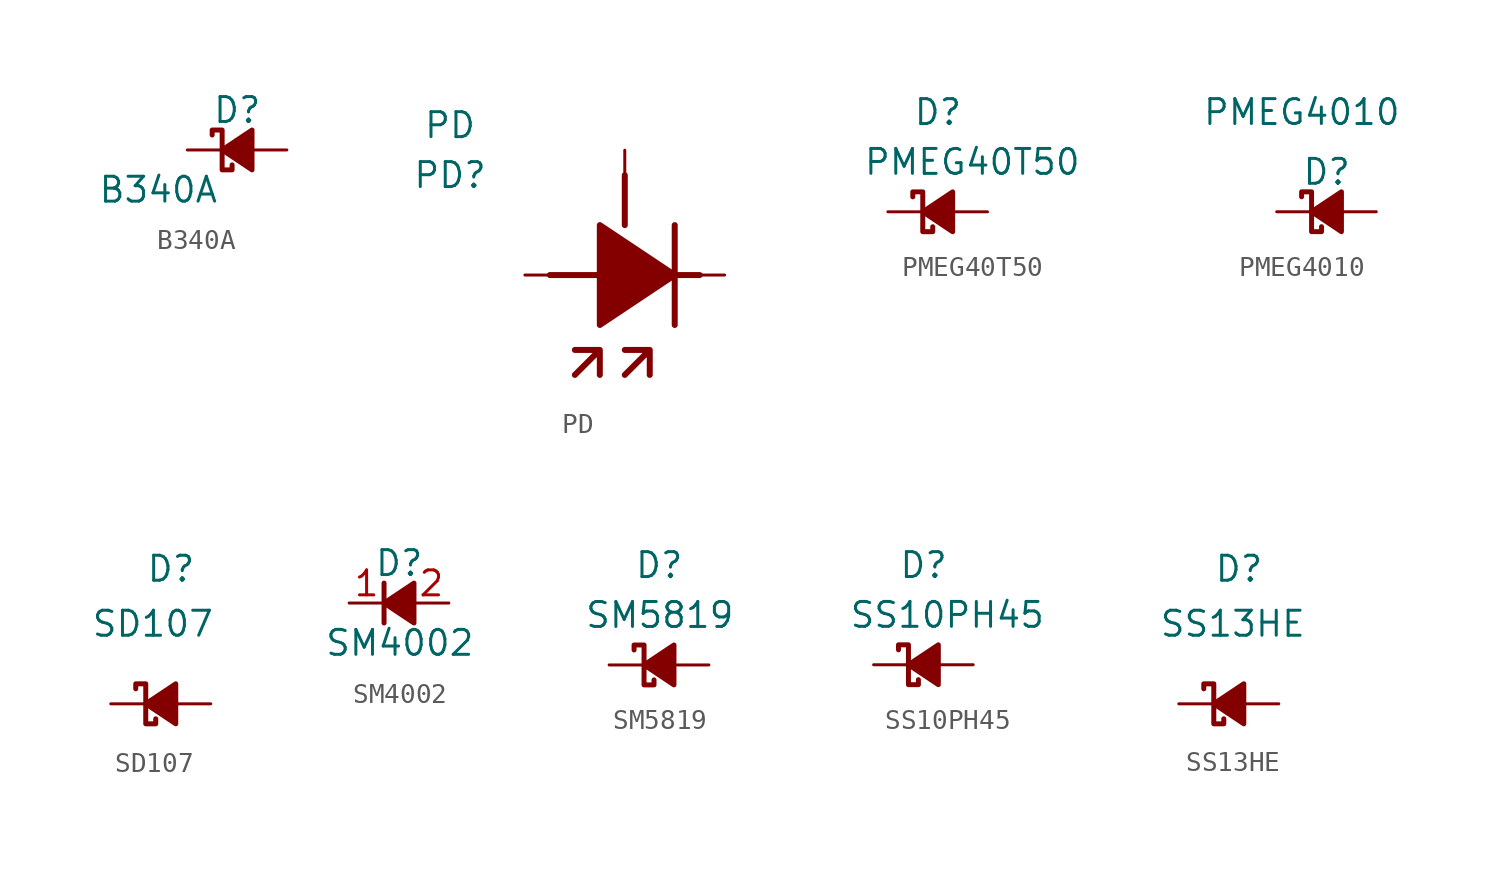
<source format=kicad_sym>
(kicad_symbol_lib
  (version 20211014)
  (generator kicad_symbol_editor)
  (symbol "B340A"
    (pin_numbers hide)
    (pin_names
      (offset 0.254) hide)
    (property "Reference" "D"
      (at -1.27 2.032 0)
      (effects (font (size 1.27 1.27)) (justify left)))
    (property "Value" "B340A"
      (at -7.112 -2.032 0)
      (effects (font (size 1.27 1.27)) (justify left)))
    (symbol "B340A_0_1"
      (polyline (pts (xy -0.762 0) (xy 0.762 0)) (stroke (width 0) (type default) (color 0 0 0 0)) (fill (type none)))
      (polyline (pts (xy 0.762 -1.016) (xy -0.762 0) (xy 0.762 1.016) (xy 0.762 -1.016)) (stroke (width 0.254) (type default) (color 0 0 0 0)) (fill (type outline)))
      (polyline (pts (xy -1.27 0.762) (xy -1.27 1.016) (xy -0.762 1.016) (xy -0.762 -1.016) (xy -0.254 -1.016) (xy -0.254 -0.762)) (stroke (width 0.254) (type default) (color 0 0 0 0)) (fill (type none))))
    (symbol "B340A_1_1"
      (pin passive line (at -2.54 0 0) (length 1.778) (name "K" (effects (font (size 1.27 1.27)))) (number "1" (effects (font (size 1.27 1.27)))))
      (pin passive line (at 2.54 0 180) (length 1.778) (name "A" (effects (font (size 1.27 1.27)))) (number "2" (effects (font (size 1.27 1.27)))))))
  (symbol "PD"
    (pin_names
      (offset 1.016))
    (property "Reference" "PD"
      (at -7.62 2.54 0)
      (effects (font (size 1.27 1.27))))
    (property "Value" "PD"
      (at -7.62 5.08 0)
      (effects (font (size 1.27 1.27))))
    (symbol "PD_0_1"
      (polyline (pts (xy 1.27 2.54) (xy 1.27 0)) (stroke (width 0.305) (type default) (color 0 0 0 0)) (fill (type none)))
      (polyline (pts (xy 3.81 0) (xy 3.81 -5.08)) (stroke (width 0.305) (type default) (color 0 0 0 0)) (fill (type none)))
      (polyline (pts (xy -2.54 -2.54) (xy 0 -2.54) (xy 5.08 -2.54)) (stroke (width 0.305) (type default) (color 0 0 0 0)) (fill (type none)))
      (polyline (pts (xy -1.27 -7.62) (xy 0 -6.35) (xy -1.27 -6.35) (xy 0 -6.35) (xy 0 -7.62)) (stroke (width 0.305) (type default) (color 0 0 0 0)) (fill (type none)))
      (polyline (pts (xy 0 0) (xy 0 -3.81) (xy 0 -5.08) (xy 3.81 -2.54) (xy 0 0)) (stroke (width 0.305) (type default) (color 0 0 0 0)) (fill (type outline)))
      (polyline (pts (xy 1.27 -7.62) (xy 2.54 -6.35) (xy 1.27 -6.35) (xy 2.54 -6.35) (xy 2.54 -7.62)) (stroke (width 0.305) (type default) (color 0 0 0 0)) (fill (type none))))
    (symbol "PD_1_1"
      (pin bidirectional line (at -3.81 -2.54 0) (length 1.27) (name "~" (effects (font (size 1.27 1.27)))) (number "~" (effects (font (size 1.27 1.27)))))
      (pin bidirectional line (at 1.27 3.81 270) (length 1.27) (name "~" (effects (font (size 1.27 1.27)))) (number "~" (effects (font (size 1.27 1.27)))))
      (pin bidirectional line (at 6.35 -2.54 180) (length 1.27) (name "~" (effects (font (size 1.27 1.27)))) (number "~" (effects (font (size 1.27 1.27)))))))
  (symbol "PMEG40T50"
    (pin_numbers hide)
    (pin_names
      (offset 0.254) hide)
    (property "Reference" "D"
      (at -1.27 5.08 0)
      (effects (font (size 1.27 1.27)) (justify left)))
    (property "Value" "PMEG40T50"
      (at -3.81 2.54 0)
      (effects (font (size 1.27 1.27)) (justify left)))
    (symbol "PMEG40T50_0_1"
      (polyline (pts (xy -0.762 0) (xy 0.762 0)) (stroke (width 0) (type default) (color 0 0 0 0)) (fill (type none)))
      (polyline (pts (xy 0.762 -1.016) (xy -0.762 0) (xy 0.762 1.016) (xy 0.762 -1.016)) (stroke (width 0.254) (type default) (color 0 0 0 0)) (fill (type outline)))
      (polyline (pts (xy -1.27 0.762) (xy -1.27 1.016) (xy -0.762 1.016) (xy -0.762 -1.016) (xy -0.254 -1.016) (xy -0.254 -0.762)) (stroke (width 0.254) (type default) (color 0 0 0 0)) (fill (type none))))
    (symbol "PMEG40T50_1_1"
      (pin passive line (at -2.54 0 0) (length 1.778) (name "K" (effects (font (size 1.27 1.27)))) (number "1" (effects (font (size 1.27 1.27)))))
      (pin passive line (at 2.54 0 180) (length 1.778) (name "A" (effects (font (size 1.27 1.27)))) (number "2" (effects (font (size 1.27 1.27)))))))
  (symbol "PMEG4010"
    (pin_numbers hide)
    (pin_names
      (offset 0.254) hide)
    (property "Reference" "D"
      (at -1.27 2.032 0)
      (effects (font (size 1.27 1.27)) (justify left)))
    (property "Value" "PMEG4010"
      (at -6.35 5.08 0)
      (effects (font (size 1.27 1.27)) (justify left)))
    (symbol "PMEG4010_0_1"
      (polyline (pts (xy -0.762 0) (xy 0.762 0)) (stroke (width 0) (type default) (color 0 0 0 0)) (fill (type none)))
      (polyline (pts (xy 0.762 -1.016) (xy -0.762 0) (xy 0.762 1.016) (xy 0.762 -1.016)) (stroke (width 0.254) (type default) (color 0 0 0 0)) (fill (type outline)))
      (polyline (pts (xy -1.27 0.762) (xy -1.27 1.016) (xy -0.762 1.016) (xy -0.762 -1.016) (xy -0.254 -1.016) (xy -0.254 -0.762)) (stroke (width 0.254) (type default) (color 0 0 0 0)) (fill (type none))))
    (symbol "PMEG4010_1_1"
      (pin passive line (at -2.54 0 0) (length 1.778) (name "K" (effects (font (size 1.27 1.27)))) (number "1" (effects (font (size 1.27 1.27)))))
      (pin passive line (at 2.54 0 180) (length 1.778) (name "A" (effects (font (size 1.27 1.27)))) (number "2" (effects (font (size 1.27 1.27)))))))
  (symbol "SD107"
    (pin_numbers hide)
    (pin_names
      (offset 0.254) hide)
    (property "Reference" "D"
      (at -0.762 6.858 0)
      (effects (font (size 1.27 1.27)) (justify left)))
    (property "Value" "SD107"
      (at -3.556 4.064 0)
      (effects (font (size 1.27 1.27)) (justify left)))
    (symbol "SD107_0_1"
      (polyline (pts (xy -0.762 0) (xy 0.762 0)) (stroke (width 0) (type default) (color 0 0 0 0)) (fill (type none)))
      (polyline (pts (xy 0.762 -1.016) (xy -0.762 0) (xy 0.762 1.016) (xy 0.762 -1.016)) (stroke (width 0.254) (type default) (color 0 0 0 0)) (fill (type outline)))
      (polyline (pts (xy -1.27 0.762) (xy -1.27 1.016) (xy -0.762 1.016) (xy -0.762 -1.016) (xy -0.254 -1.016) (xy -0.254 -0.762)) (stroke (width 0.254) (type default) (color 0 0 0 0)) (fill (type none))))
    (symbol "SD107_1_1"
      (pin passive line (at -2.54 0 0) (length 1.778) (name "K" (effects (font (size 1.27 1.27)))) (number "1" (effects (font (size 1.27 1.27)))))
      (pin passive line (at 2.54 0 180) (length 1.778) (name "A" (effects (font (size 1.27 1.27)))) (number "2" (effects (font (size 1.27 1.27)))))))
  (symbol "SM4002"
    (pin_names
      (offset 0.254) hide)
    (property "Reference" "D"
      (at -1.27 2.032 0)
      (effects (font (size 1.27 1.27)) (justify left)))
    (property "Value" "SM4002"
      (at -3.81 -2.032 0)
      (effects (font (size 1.27 1.27)) (justify left)))
    (symbol "SM4002_0_1"
      (polyline (pts (xy -0.762 -1.016) (xy -0.762 1.016)) (stroke (width 0.254) (type default) (color 0 0 0 0)) (fill (type none)))
      (polyline (pts (xy -0.762 0) (xy 0.762 0)) (stroke (width 0) (type default) (color 0 0 0 0)) (fill (type none)))
      (polyline (pts (xy 0.762 -1.016) (xy -0.762 0) (xy 0.762 1.016) (xy 0.762 -1.016)) (stroke (width 0.254) (type default) (color 0 0 0 0)) (fill (type outline))))
    (symbol "SM4002_1_1"
      (pin passive line (at -2.54 0 0) (length 1.778) (name "K" (effects (font (size 1.27 1.27)))) (number "1" (effects (font (size 1.27 1.27)))))
      (pin passive line (at 2.54 0 180) (length 1.778) (name "A" (effects (font (size 1.27 1.27)))) (number "2" (effects (font (size 1.27 1.27)))))))
  (symbol "SM5819"
    (pin_numbers hide)
    (pin_names
      (offset 0.254) hide)
    (property "Reference" "D"
      (at -1.27 5.08 0)
      (effects (font (size 1.27 1.27)) (justify left)))
    (property "Value" "SM5819"
      (at -3.81 2.54 0)
      (effects (font (size 1.27 1.27)) (justify left)))
    (symbol "SM5819_0_1"
      (polyline (pts (xy -0.762 0) (xy 0.762 0)) (stroke (width 0) (type default) (color 0 0 0 0)) (fill (type none)))
      (polyline (pts (xy 0.762 -1.016) (xy -0.762 0) (xy 0.762 1.016) (xy 0.762 -1.016)) (stroke (width 0.254) (type default) (color 0 0 0 0)) (fill (type outline)))
      (polyline (pts (xy -1.27 0.762) (xy -1.27 1.016) (xy -0.762 1.016) (xy -0.762 -1.016) (xy -0.254 -1.016) (xy -0.254 -0.762)) (stroke (width 0.254) (type default) (color 0 0 0 0)) (fill (type none))))
    (symbol "SM5819_1_1"
      (pin passive line (at -2.54 0 0) (length 1.778) (name "K" (effects (font (size 1.27 1.27)))) (number "1" (effects (font (size 1.27 1.27)))))
      (pin passive line (at 2.54 0 180) (length 1.778) (name "A" (effects (font (size 1.27 1.27)))) (number "2" (effects (font (size 1.27 1.27)))))))
  (symbol "SS10PH45"
    (pin_numbers hide)
    (pin_names
      (offset 0.254) hide)
    (property "Reference" "D"
      (at -1.27 5.08 0)
      (effects (font (size 1.27 1.27)) (justify left)))
    (property "Value" "SS10PH45"
      (at -3.81 2.54 0)
      (effects (font (size 1.27 1.27)) (justify left)))
    (symbol "SS10PH45_0_1"
      (polyline (pts (xy -0.762 0) (xy 0.762 0)) (stroke (width 0) (type default) (color 0 0 0 0)) (fill (type none)))
      (polyline (pts (xy 0.762 -1.016) (xy -0.762 0) (xy 0.762 1.016) (xy 0.762 -1.016)) (stroke (width 0.254) (type default) (color 0 0 0 0)) (fill (type outline)))
      (polyline (pts (xy -1.27 0.762) (xy -1.27 1.016) (xy -0.762 1.016) (xy -0.762 -1.016) (xy -0.254 -1.016) (xy -0.254 -0.762)) (stroke (width 0.254) (type default) (color 0 0 0 0)) (fill (type none))))
    (symbol "SS10PH45_1_1"
      (pin passive line (at -2.54 0 0) (length 1.778) (name "K" (effects (font (size 1.27 1.27)))) (number "1" (effects (font (size 1.27 1.27)))))
      (pin passive line (at 2.54 0 180) (length 1.778) (name "A" (effects (font (size 1.27 1.27)))) (number "2" (effects (font (size 1.27 1.27)))))))
  (symbol "SS13HE"
    (pin_numbers hide)
    (pin_names
      (offset 0.254) hide)
    (property "Reference" "D"
      (at -0.762 6.858 0)
      (effects (font (size 1.27 1.27)) (justify left)))
    (property "Value" "SS13HE"
      (at -3.556 4.064 0)
      (effects (font (size 1.27 1.27)) (justify left)))
    (symbol "SS13HE_0_1"
      (polyline (pts (xy -0.762 0) (xy 0.762 0)) (stroke (width 0) (type default) (color 0 0 0 0)) (fill (type none)))
      (polyline (pts (xy 0.762 -1.016) (xy -0.762 0) (xy 0.762 1.016) (xy 0.762 -1.016)) (stroke (width 0.254) (type default) (color 0 0 0 0)) (fill (type outline)))
      (polyline (pts (xy -1.27 0.762) (xy -1.27 1.016) (xy -0.762 1.016) (xy -0.762 -1.016) (xy -0.254 -1.016) (xy -0.254 -0.762)) (stroke (width 0.254) (type default) (color 0 0 0 0)) (fill (type none))))
    (symbol "SS13HE_1_1"
      (pin passive line (at -2.54 0 0) (length 1.778) (name "K" (effects (font (size 1.27 1.27)))) (number "1" (effects (font (size 1.27 1.27)))))
      (pin passive line (at 2.54 0 180) (length 1.778) (name "A" (effects (font (size 1.27 1.27)))) (number "2" (effects (font (size 1.27 1.27))))))))
</source>
